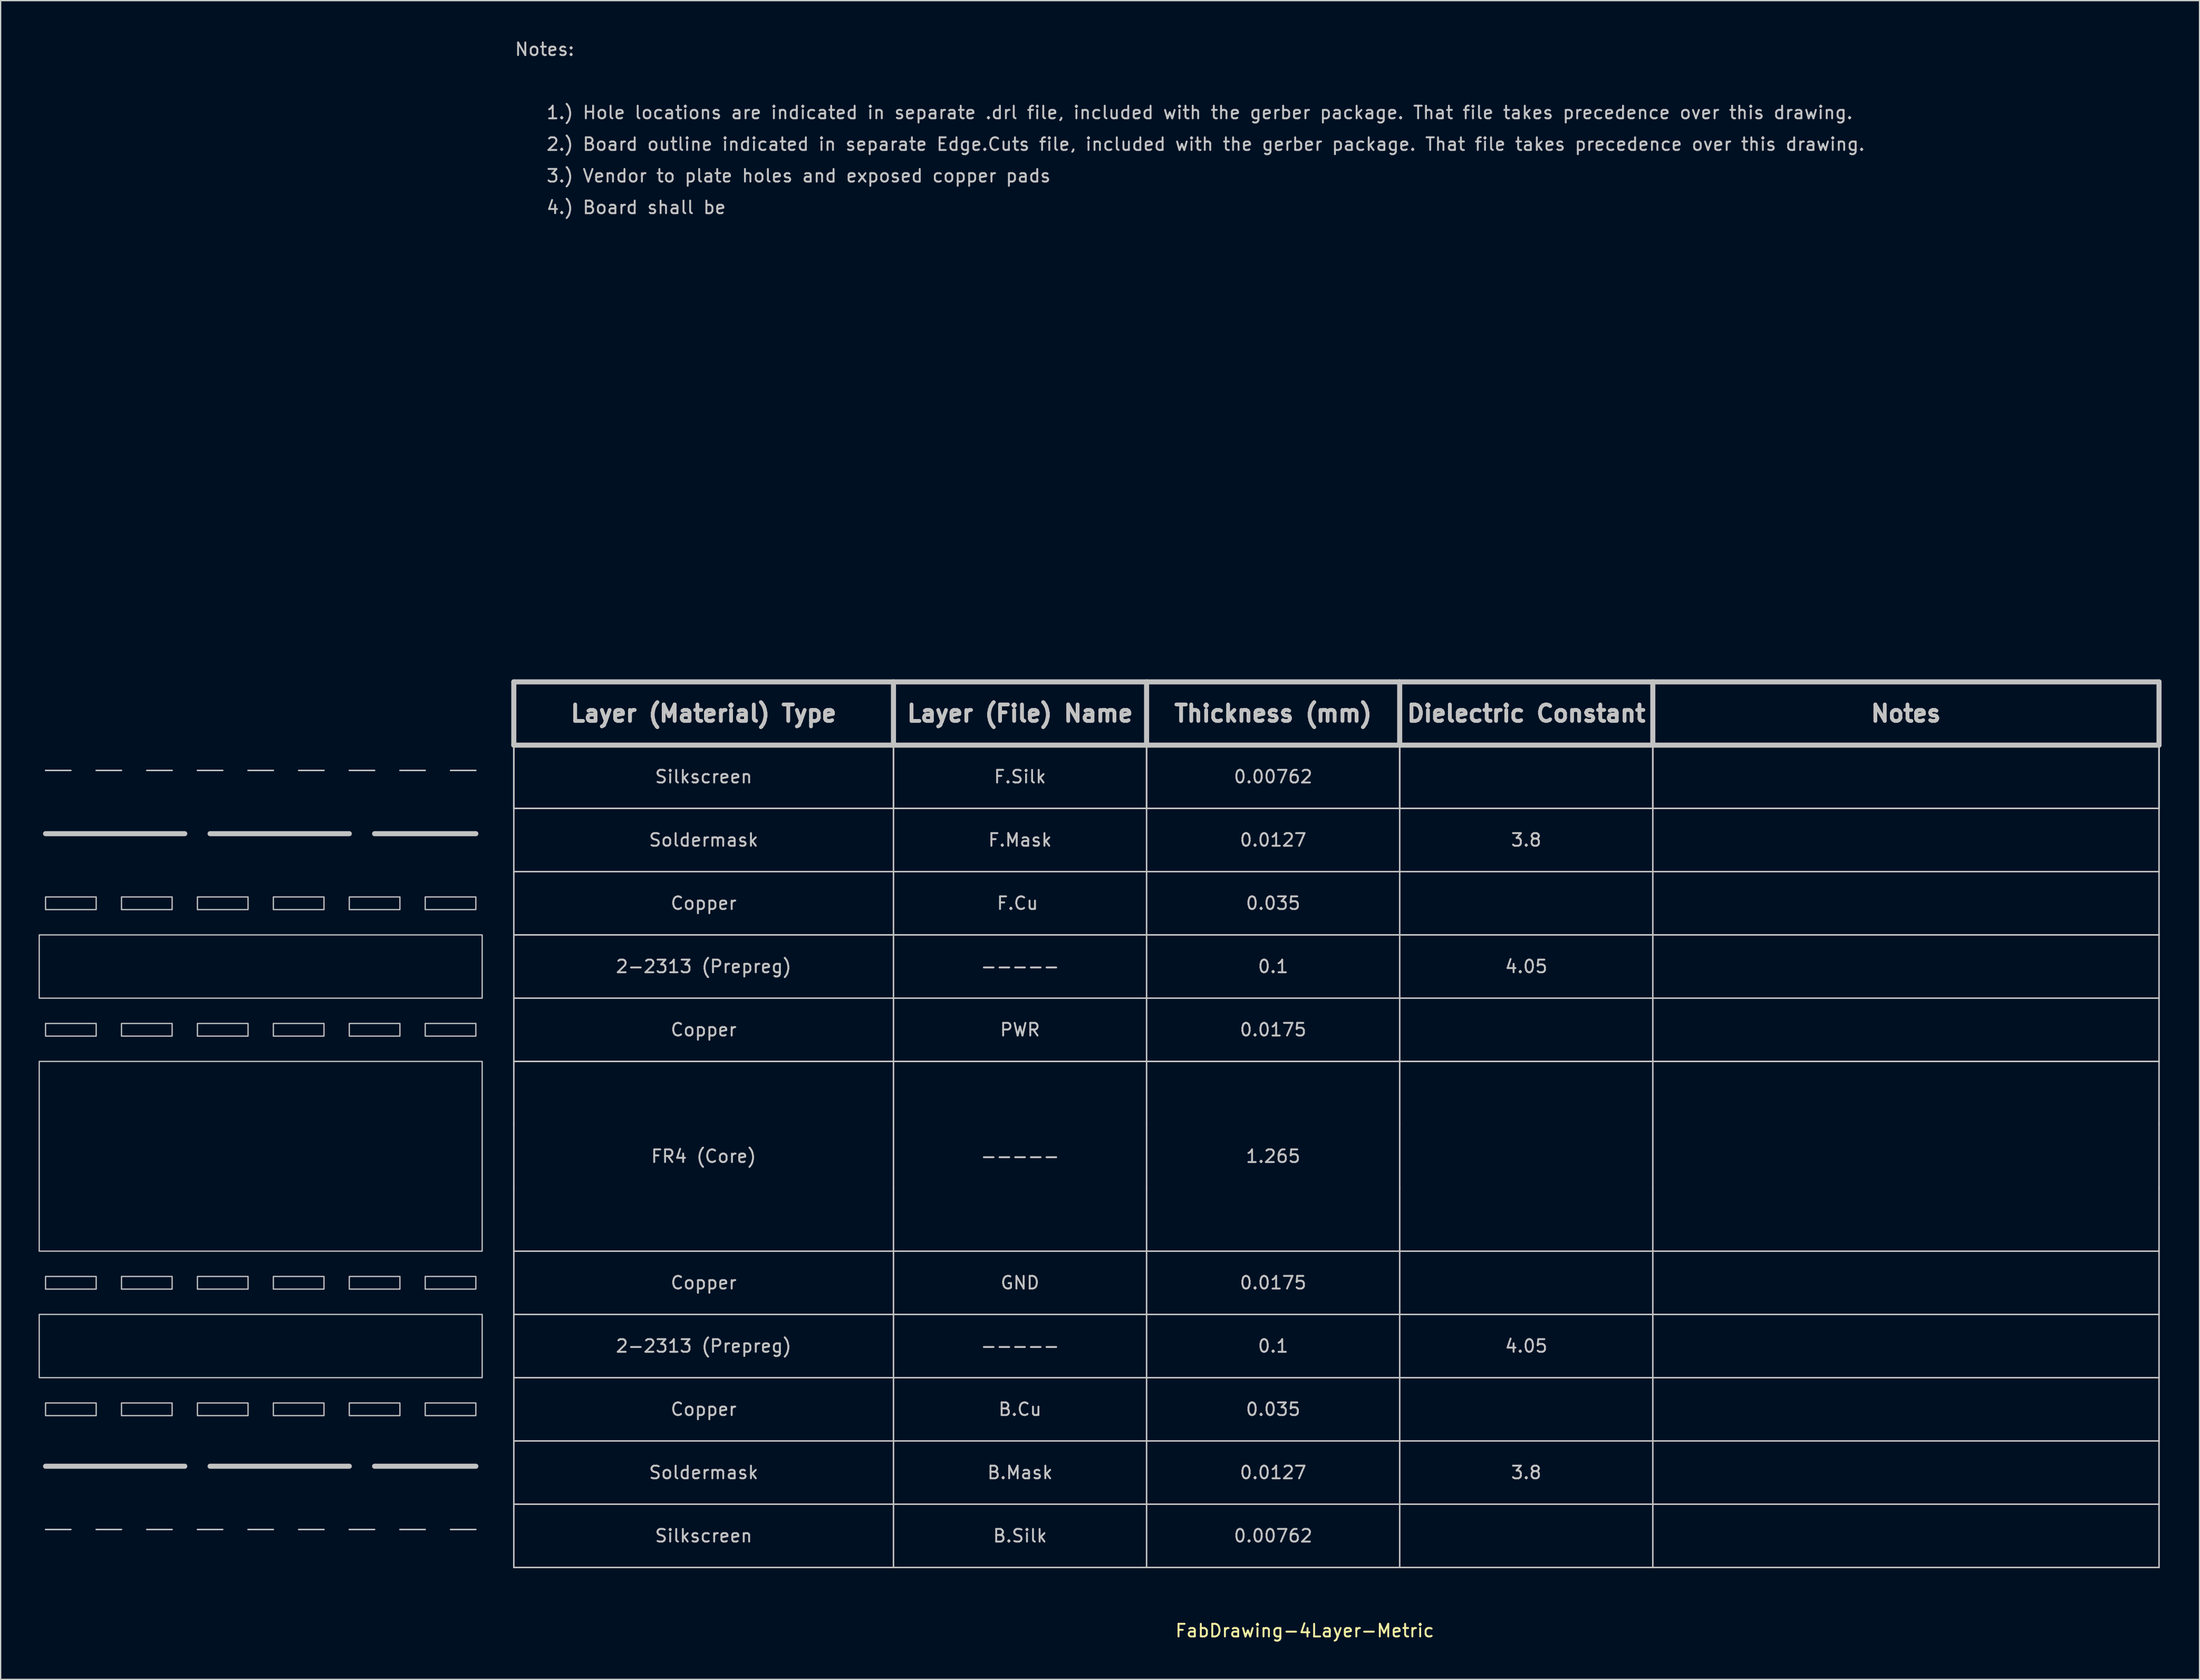
<source format=kicad_pcb>
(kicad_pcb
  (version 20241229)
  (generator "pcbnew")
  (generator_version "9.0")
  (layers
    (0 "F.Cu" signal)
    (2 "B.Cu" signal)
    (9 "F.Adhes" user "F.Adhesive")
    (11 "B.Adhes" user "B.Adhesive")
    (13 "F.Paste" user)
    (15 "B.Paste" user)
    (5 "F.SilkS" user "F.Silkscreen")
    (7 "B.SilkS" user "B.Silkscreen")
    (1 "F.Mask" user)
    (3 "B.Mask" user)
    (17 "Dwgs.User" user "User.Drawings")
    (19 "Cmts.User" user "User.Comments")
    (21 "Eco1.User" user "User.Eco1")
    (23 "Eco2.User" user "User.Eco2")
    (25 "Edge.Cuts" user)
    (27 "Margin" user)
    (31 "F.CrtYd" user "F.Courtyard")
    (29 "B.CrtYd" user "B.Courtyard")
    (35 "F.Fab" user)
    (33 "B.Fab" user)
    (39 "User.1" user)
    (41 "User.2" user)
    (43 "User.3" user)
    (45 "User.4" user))
  (footprint "FabDrawing-4Layer-Metric"
    (layer "F.Cu")
    (at 37.55 55.848)
    (property "Reference" "FabDrawing-4Layer-Metric" (at 62.5 70 0) (layer "F.SilkS") (effects (font (size 1 1) (thickness 0.15))))
    (attr through_hole)
    (fp_line (start -37 7) (end -26 7) (stroke (width 0.4) (type solid)) (layer "Dwgs.User"))
    (fp_line (start -37 57) (end -26 57) (stroke (width 0.4) (type solid)) (layer "Dwgs.User"))
    (fp_line (start -35 2) (end -37 2) (stroke (width 0.12) (type solid)) (layer "Dwgs.User"))
    (fp_line (start -35 62) (end -37 62) (stroke (width 0.12) (type solid)) (layer "Dwgs.User"))
    (fp_line (start -31 2) (end -33 2) (stroke (width 0.12) (type solid)) (layer "Dwgs.User"))
    (fp_line (start -31 62) (end -33 62) (stroke (width 0.12) (type solid)) (layer "Dwgs.User"))
    (fp_line (start -27 2) (end -29 2) (stroke (width 0.12) (type solid)) (layer "Dwgs.User"))
    (fp_line (start -27 62) (end -29 62) (stroke (width 0.12) (type solid)) (layer "Dwgs.User"))
    (fp_line (start -24 7) (end -13 7) (stroke (width 0.4) (type solid)) (layer "Dwgs.User"))
    (fp_line (start -24 57) (end -13 57) (stroke (width 0.4) (type solid)) (layer "Dwgs.User"))
    (fp_line (start -23 2) (end -25 2) (stroke (width 0.12) (type solid)) (layer "Dwgs.User"))
    (fp_line (start -23 62) (end -25 62) (stroke (width 0.12) (type solid)) (layer "Dwgs.User"))
    (fp_line (start -19 2) (end -21 2) (stroke (width 0.12) (type solid)) (layer "Dwgs.User"))
    (fp_line (start -19 62) (end -21 62) (stroke (width 0.12) (type solid)) (layer "Dwgs.User"))
    (fp_line (start -15 2) (end -17 2) (stroke (width 0.12) (type solid)) (layer "Dwgs.User"))
    (fp_line (start -15 62) (end -17 62) (stroke (width 0.12) (type solid)) (layer "Dwgs.User"))
    (fp_line (start -11 2) (end -13 2) (stroke (width 0.12) (type solid)) (layer "Dwgs.User"))
    (fp_line (start -11 7) (end -3 7) (stroke (width 0.4) (type solid)) (layer "Dwgs.User"))
    (fp_line (start -11 57) (end -3 57) (stroke (width 0.4) (type solid)) (layer "Dwgs.User"))
    (fp_line (start -11 62) (end -13 62) (stroke (width 0.12) (type solid)) (layer "Dwgs.User"))
    (fp_line (start -7 2) (end -9 2) (stroke (width 0.12) (type solid)) (layer "Dwgs.User"))
    (fp_line (start -7 62) (end -9 62) (stroke (width 0.12) (type solid)) (layer "Dwgs.User"))
    (fp_line (start -3 2) (end -5 2) (stroke (width 0.12) (type solid)) (layer "Dwgs.User"))
    (fp_line (start -3 62) (end -5 62) (stroke (width 0.12) (type solid)) (layer "Dwgs.User"))
    (fp_line (start 0 -5) (end 30 -5) (stroke (width 0.4) (type solid)) (layer "Dwgs.User"))
    (fp_line (start 0 0) (end 0 -5) (stroke (width 0.4) (type solid)) (layer "Dwgs.User"))
    (fp_line (start 0 0) (end 0 5) (stroke (width 0.12) (type solid)) (layer "Dwgs.User"))
    (fp_line (start 0 0) (end 0 5) (stroke (width 0.12) (type solid)) (layer "Dwgs.User"))
    (fp_line (start 0 0) (end 0 5) (stroke (width 0.12) (type solid)) (layer "Dwgs.User"))
    (fp_line (start 0 0) (end 30 0) (stroke (width 0.12) (type solid)) (layer "Dwgs.User"))
    (fp_line (start 0 0) (end 30 0) (stroke (width 0.12) (type solid)) (layer "Dwgs.User"))
    (fp_line (start 0 0) (end 30 0) (stroke (width 0.12) (type solid)) (layer "Dwgs.User"))
    (fp_line (start 0 5) (end 0 10) (stroke (width 0.12) (type solid)) (layer "Dwgs.User"))
    (fp_line (start 0 5) (end 30 5) (stroke (width 0.12) (type solid)) (layer "Dwgs.User"))
    (fp_line (start 0 5) (end 30 5) (stroke (width 0.12) (type solid)) (layer "Dwgs.User"))
    (fp_line (start 0 5) (end 30 5) (stroke (width 0.12) (type solid)) (layer "Dwgs.User"))
    (fp_line (start 0 10) (end 0 15) (stroke (width 0.12) (type solid)) (layer "Dwgs.User"))
    (fp_line (start 0 10) (end 30 10) (stroke (width 0.12) (type solid)) (layer "Dwgs.User"))
    (fp_line (start 0 15) (end 0 20) (stroke (width 0.12) (type solid)) (layer "Dwgs.User"))
    (fp_line (start 0 15) (end 30 15) (stroke (width 0.12) (type solid)) (layer "Dwgs.User"))
    (fp_line (start 0 15) (end 30 15) (stroke (width 0.12) (type solid)) (layer "Dwgs.User"))
    (fp_line (start 0 15) (end 30 15) (stroke (width 0.12) (type solid)) (layer "Dwgs.User"))
    (fp_line (start 0 20) (end 0 25) (stroke (width 0.12) (type solid)) (layer "Dwgs.User"))
    (fp_line (start 0 20) (end 30 20) (stroke (width 0.12) (type solid)) (layer "Dwgs.User"))
    (fp_line (start 0 25) (end 0 30) (stroke (width 0.12) (type solid)) (layer "Dwgs.User"))
    (fp_line (start 0 25) (end 30 25) (stroke (width 0.12) (type solid)) (layer "Dwgs.User"))
    (fp_line (start 0 25) (end 30 25) (stroke (width 0.12) (type solid)) (layer "Dwgs.User"))
    (fp_line (start 0 30) (end 0 35) (stroke (width 0.12) (type solid)) (layer "Dwgs.User"))
    (fp_line (start 0 35) (end 0 40) (stroke (width 0.12) (type solid)) (layer "Dwgs.User"))
    (fp_line (start 0 40) (end 0 45) (stroke (width 0.12) (type solid)) (layer "Dwgs.User"))
    (fp_line (start 0 40) (end 30 40) (stroke (width 0.12) (type solid)) (layer "Dwgs.User"))
    (fp_line (start 0 45) (end 0 50) (stroke (width 0.12) (type solid)) (layer "Dwgs.User"))
    (fp_line (start 0 45) (end 30 45) (stroke (width 0.12) (type solid)) (layer "Dwgs.User"))
    (fp_line (start 0 50) (end 0 55) (stroke (width 0.12) (type solid)) (layer "Dwgs.User"))
    (fp_line (start 0 50) (end 30 50) (stroke (width 0.12) (type solid)) (layer "Dwgs.User"))
    (fp_line (start 0 55) (end 0 60) (stroke (width 0.12) (type solid)) (layer "Dwgs.User"))
    (fp_line (start 0 55) (end 30 55) (stroke (width 0.12) (type solid)) (layer "Dwgs.User"))
    (fp_line (start 0 60) (end 0 65) (stroke (width 0.12) (type solid)) (layer "Dwgs.User"))
    (fp_line (start 0 60) (end 30 60) (stroke (width 0.12) (type solid)) (layer "Dwgs.User"))
    (fp_line (start 0 65) (end 30 65) (stroke (width 0.12) (type solid)) (layer "Dwgs.User"))
    (fp_line (start 30 -5) (end 30 0) (stroke (width 0.4) (type solid)) (layer "Dwgs.User"))
    (fp_line (start 30 0) (end 0 0) (stroke (width 0.4) (type solid)) (layer "Dwgs.User"))
    (fp_line (start 30 0) (end 30 5) (stroke (width 0.12) (type solid)) (layer "Dwgs.User"))
    (fp_line (start 30 0) (end 30 5) (stroke (width 0.12) (type solid)) (layer "Dwgs.User"))
    (fp_line (start 30 0) (end 30 5) (stroke (width 0.12) (type solid)) (layer "Dwgs.User"))
    (fp_line (start 30 0) (end 50 0) (stroke (width 0.12) (type solid)) (layer "Dwgs.User"))
    (fp_line (start 30 0) (end 50 0) (stroke (width 0.12) (type solid)) (layer "Dwgs.User"))
    (fp_line (start 30 0) (end 50 0) (stroke (width 0.12) (type solid)) (layer "Dwgs.User"))
    (fp_line (start 30 0) (end 50 0) (stroke (width 0.4) (type solid)) (layer "Dwgs.User"))
    (fp_line (start 30 5) (end 30 10) (stroke (width 0.12) (type solid)) (layer "Dwgs.User"))
    (fp_line (start 30 10) (end 30 15) (stroke (width 0.12) (type solid)) (layer "Dwgs.User"))
    (fp_line (start 30 10) (end 50 10) (stroke (width 0.12) (type solid)) (layer "Dwgs.User"))
    (fp_line (start 30 15) (end 30 20) (stroke (width 0.12) (type solid)) (layer "Dwgs.User"))
    (fp_line (start 30 20) (end 30 25) (stroke (width 0.12) (type solid)) (layer "Dwgs.User"))
    (fp_line (start 30 20) (end 50 20) (stroke (width 0.12) (type solid)) (layer "Dwgs.User"))
    (fp_line (start 30 25) (end 50 25) (stroke (width 0.12) (type solid)) (layer "Dwgs.User"))
    (fp_line (start 30 30) (end 30 25) (stroke (width 0.12) (type solid)) (layer "Dwgs.User"))
    (fp_line (start 30 35) (end 30 30) (stroke (width 0.12) (type solid)) (layer "Dwgs.User"))
    (fp_line (start 30 40) (end 30 35) (stroke (width 0.12) (type solid)) (layer "Dwgs.User"))
    (fp_line (start 30 40) (end 30 45) (stroke (width 0.12) (type solid)) (layer "Dwgs.User"))
    (fp_line (start 30 40) (end 50 40) (stroke (width 0.12) (type solid)) (layer "Dwgs.User"))
    (fp_line (start 30 45) (end 50 45) (stroke (width 0.12) (type solid)) (layer "Dwgs.User"))
    (fp_line (start 30 50) (end 30 45) (stroke (width 0.12) (type solid)) (layer "Dwgs.User"))
    (fp_line (start 30 50) (end 50 50) (stroke (width 0.12) (type solid)) (layer "Dwgs.User"))
    (fp_line (start 30 55) (end 30 50) (stroke (width 0.12) (type solid)) (layer "Dwgs.User"))
    (fp_line (start 30 60) (end 30 55) (stroke (width 0.12) (type solid)) (layer "Dwgs.User"))
    (fp_line (start 30 60) (end 50 60) (stroke (width 0.12) (type solid)) (layer "Dwgs.User"))
    (fp_line (start 30 65) (end 30 60) (stroke (width 0.12) (type solid)) (layer "Dwgs.User"))
    (fp_line (start 30 65) (end 50 65) (stroke (width 0.12) (type solid)) (layer "Dwgs.User"))
    (fp_line (start 50 -5) (end 30 -5) (stroke (width 0.4) (type solid)) (layer "Dwgs.User"))
    (fp_line (start 50 -5) (end 70 -5) (stroke (width 0.4) (type solid)) (layer "Dwgs.User"))
    (fp_line (start 50 0) (end 50 -5) (stroke (width 0.4) (type solid)) (layer "Dwgs.User"))
    (fp_line (start 50 0) (end 50 5) (stroke (width 0.12) (type solid)) (layer "Dwgs.User"))
    (fp_line (start 50 0) (end 50 5) (stroke (width 0.12) (type solid)) (layer "Dwgs.User"))
    (fp_line (start 50 0) (end 50 5) (stroke (width 0.12) (type solid)) (layer "Dwgs.User"))
    (fp_line (start 50 5) (end 30 5) (stroke (width 0.12) (type solid)) (layer "Dwgs.User"))
    (fp_line (start 50 5) (end 30 5) (stroke (width 0.12) (type solid)) (layer "Dwgs.User"))
    (fp_line (start 50 5) (end 30 5) (stroke (width 0.12) (type solid)) (layer "Dwgs.User"))
    (fp_line (start 50 5) (end 50 10) (stroke (width 0.12) (type solid)) (layer "Dwgs.User"))
    (fp_line (start 50 5) (end 70 5) (stroke (width 0.12) (type solid)) (layer "Dwgs.User"))
    (fp_line (start 50 5) (end 70 5) (stroke (width 0.12) (type solid)) (layer "Dwgs.User"))
    (fp_line (start 50 5) (end 70 5) (stroke (width 0.12) (type solid)) (layer "Dwgs.User"))
    (fp_line (start 50 10) (end 50 15) (stroke (width 0.12) (type solid)) (layer "Dwgs.User"))
    (fp_line (start 50 15) (end 30 15) (stroke (width 0.12) (type solid)) (layer "Dwgs.User"))
    (fp_line (start 50 15) (end 30 15) (stroke (width 0.12) (type solid)) (layer "Dwgs.User"))
    (fp_line (start 50 15) (end 30 15) (stroke (width 0.12) (type solid)) (layer "Dwgs.User"))
    (fp_line (start 50 15) (end 50 20) (stroke (width 0.12) (type solid)) (layer "Dwgs.User"))
    (fp_line (start 50 15) (end 70 15) (stroke (width 0.12) (type solid)) (layer "Dwgs.User"))
    (fp_line (start 50 15) (end 70 15) (stroke (width 0.12) (type solid)) (layer "Dwgs.User"))
    (fp_line (start 50 15) (end 70 15) (stroke (width 0.12) (type solid)) (layer "Dwgs.User"))
    (fp_line (start 50 20) (end 70 20) (stroke (width 0.12) (type solid)) (layer "Dwgs.User"))
    (fp_line (start 50 25) (end 30 25) (stroke (width 0.12) (type solid)) (layer "Dwgs.User"))
    (fp_line (start 50 25) (end 50 20) (stroke (width 0.12) (type solid)) (layer "Dwgs.User"))
    (fp_line (start 50 25) (end 70 25) (stroke (width 0.12) (type solid)) (layer "Dwgs.User"))
    (fp_line (start 50 25) (end 70 25) (stroke (width 0.12) (type solid)) (layer "Dwgs.User"))
    (fp_line (start 50 30) (end 50 25) (stroke (width 0.12) (type solid)) (layer "Dwgs.User"))
    (fp_line (start 50 35) (end 50 30) (stroke (width 0.12) (type solid)) (layer "Dwgs.User"))
    (fp_line (start 50 35) (end 50 40) (stroke (width 0.12) (type solid)) (layer "Dwgs.User"))
    (fp_line (start 50 40) (end 70 40) (stroke (width 0.12) (type solid)) (layer "Dwgs.User"))
    (fp_line (start 50 45) (end 50 40) (stroke (width 0.12) (type solid)) (layer "Dwgs.User"))
    (fp_line (start 50 45) (end 50 50) (stroke (width 0.12) (type solid)) (layer "Dwgs.User"))
    (fp_line (start 50 45) (end 70 45) (stroke (width 0.12) (type solid)) (layer "Dwgs.User"))
    (fp_line (start 50 50) (end 50 55) (stroke (width 0.12) (type solid)) (layer "Dwgs.User"))
    (fp_line (start 50 50) (end 70 50) (stroke (width 0.12) (type solid)) (layer "Dwgs.User"))
    (fp_line (start 50 55) (end 30 55) (stroke (width 0.12) (type solid)) (layer "Dwgs.User"))
    (fp_line (start 50 60) (end 50 55) (stroke (width 0.12) (type solid)) (layer "Dwgs.User"))
    (fp_line (start 50 60) (end 70 60) (stroke (width 0.12) (type solid)) (layer "Dwgs.User"))
    (fp_line (start 50 65) (end 50 60) (stroke (width 0.12) (type solid)) (layer "Dwgs.User"))
    (fp_line (start 50 65) (end 70 65) (stroke (width 0.12) (type solid)) (layer "Dwgs.User"))
    (fp_line (start 70 -5) (end 70 0) (stroke (width 0.4) (type solid)) (layer "Dwgs.User"))
    (fp_line (start 70 0) (end 50 0) (stroke (width 0.12) (type solid)) (layer "Dwgs.User"))
    (fp_line (start 70 0) (end 50 0) (stroke (width 0.12) (type solid)) (layer "Dwgs.User"))
    (fp_line (start 70 0) (end 50 0) (stroke (width 0.12) (type solid)) (layer "Dwgs.User"))
    (fp_line (start 70 0) (end 50 0) (stroke (width 0.4) (type solid)) (layer "Dwgs.User"))
    (fp_line (start 70 0) (end 70 5) (stroke (width 0.12) (type solid)) (layer "Dwgs.User"))
    (fp_line (start 70 0) (end 70 5) (stroke (width 0.12) (type solid)) (layer "Dwgs.User"))
    (fp_line (start 70 0) (end 70 5) (stroke (width 0.12) (type solid)) (layer "Dwgs.User"))
    (fp_line (start 70 0) (end 90 0) (stroke (width 0.12) (type solid)) (layer "Dwgs.User"))
    (fp_line (start 70 0) (end 90 0) (stroke (width 0.12) (type solid)) (layer "Dwgs.User"))
    (fp_line (start 70 0) (end 90 0) (stroke (width 0.12) (type solid)) (layer "Dwgs.User"))
    (fp_line (start 70 0) (end 90 0) (stroke (width 0.4) (type solid)) (layer "Dwgs.User"))
    (fp_line (start 70 5) (end 70 10) (stroke (width 0.12) (type solid)) (layer "Dwgs.User"))
    (fp_line (start 70 5) (end 90 5) (stroke (width 0.12) (type solid)) (layer "Dwgs.User"))
    (fp_line (start 70 5) (end 90 5) (stroke (width 0.12) (type solid)) (layer "Dwgs.User"))
    (fp_line (start 70 5) (end 90 5) (stroke (width 0.12) (type solid)) (layer "Dwgs.User"))
    (fp_line (start 70 10) (end 50 10) (stroke (width 0.12) (type solid)) (layer "Dwgs.User"))
    (fp_line (start 70 10) (end 70 15) (stroke (width 0.12) (type solid)) (layer "Dwgs.User"))
    (fp_line (start 70 10) (end 90 10) (stroke (width 0.12) (type solid)) (layer "Dwgs.User"))
    (fp_line (start 70 15) (end 70 20) (stroke (width 0.12) (type solid)) (layer "Dwgs.User"))
    (fp_line (start 70 15) (end 90 15) (stroke (width 0.12) (type solid)) (layer "Dwgs.User"))
    (fp_line (start 70 15) (end 90 15) (stroke (width 0.12) (type solid)) (layer "Dwgs.User"))
    (fp_line (start 70 15) (end 90 15) (stroke (width 0.12) (type solid)) (layer "Dwgs.User"))
    (fp_line (start 70 20) (end 90 20) (stroke (width 0.12) (type solid)) (layer "Dwgs.User"))
    (fp_line (start 70 25) (end 70 20) (stroke (width 0.12) (type solid)) (layer "Dwgs.User"))
    (fp_line (start 70 25) (end 90 25) (stroke (width 0.12) (type solid)) (layer "Dwgs.User"))
    (fp_line (start 70 25) (end 90 25) (stroke (width 0.12) (type solid)) (layer "Dwgs.User"))
    (fp_line (start 70 30) (end 70 25) (stroke (width 0.12) (type solid)) (layer "Dwgs.User"))
    (fp_line (start 70 35) (end 70 30) (stroke (width 0.12) (type solid)) (layer "Dwgs.User"))
    (fp_line (start 70 40) (end 70 35) (stroke (width 0.12) (type solid)) (layer "Dwgs.User"))
    (fp_line (start 70 40) (end 90 40) (stroke (width 0.12) (type solid)) (layer "Dwgs.User"))
    (fp_line (start 70 45) (end 70 40) (stroke (width 0.12) (type solid)) (layer "Dwgs.User"))
    (fp_line (start 70 45) (end 90 45) (stroke (width 0.12) (type solid)) (layer "Dwgs.User"))
    (fp_line (start 70 50) (end 70 45) (stroke (width 0.12) (type solid)) (layer "Dwgs.User"))
    (fp_line (start 70 50) (end 70 55) (stroke (width 0.12) (type solid)) (layer "Dwgs.User"))
    (fp_line (start 70 50) (end 90 50) (stroke (width 0.12) (type solid)) (layer "Dwgs.User"))
    (fp_line (start 70 55) (end 50 55) (stroke (width 0.12) (type solid)) (layer "Dwgs.User"))
    (fp_line (start 70 60) (end 70 55) (stroke (width 0.12) (type solid)) (layer "Dwgs.User"))
    (fp_line (start 70 60) (end 90 60) (stroke (width 0.12) (type solid)) (layer "Dwgs.User"))
    (fp_line (start 70 65) (end 70 60) (stroke (width 0.12) (type solid)) (layer "Dwgs.User"))
    (fp_line (start 70 65) (end 90 65) (stroke (width 0.12) (type solid)) (layer "Dwgs.User"))
    (fp_line (start 90 -5) (end 70 -5) (stroke (width 0.4) (type solid)) (layer "Dwgs.User"))
    (fp_line (start 90 0) (end 90 -5) (stroke (width 0.4) (type solid)) (layer "Dwgs.User"))
    (fp_line (start 90 0) (end 90 5) (stroke (width 0.12) (type solid)) (layer "Dwgs.User"))
    (fp_line (start 90 0) (end 90 5) (stroke (width 0.12) (type solid)) (layer "Dwgs.User"))
    (fp_line (start 90 0) (end 90 5) (stroke (width 0.12) (type solid)) (layer "Dwgs.User"))
    (fp_line (start 90 0) (end 130 0) (stroke (width 0.12) (type solid)) (layer "Dwgs.User"))
    (fp_line (start 90 0) (end 130 0) (stroke (width 0.12) (type solid)) (layer "Dwgs.User"))
    (fp_line (start 90 0) (end 130 0) (stroke (width 0.12) (type solid)) (layer "Dwgs.User"))
    (fp_line (start 90 0) (end 130 0) (stroke (width 0.4) (type solid)) (layer "Dwgs.User"))
    (fp_line (start 90 5) (end 90 10) (stroke (width 0.12) (type solid)) (layer "Dwgs.User"))
    (fp_line (start 90 5) (end 130 5) (stroke (width 0.12) (type solid)) (layer "Dwgs.User"))
    (fp_line (start 90 5) (end 130 5) (stroke (width 0.12) (type solid)) (layer "Dwgs.User"))
    (fp_line (start 90 5) (end 130 5) (stroke (width 0.12) (type solid)) (layer "Dwgs.User"))
    (fp_line (start 90 10) (end 90 15) (stroke (width 0.12) (type solid)) (layer "Dwgs.User"))
    (fp_line (start 90 10) (end 130 10) (stroke (width 0.12) (type solid)) (layer "Dwgs.User"))
    (fp_line (start 90 15) (end 90 20) (stroke (width 0.12) (type solid)) (layer "Dwgs.User"))
    (fp_line (start 90 15) (end 130 15) (stroke (width 0.12) (type solid)) (layer "Dwgs.User"))
    (fp_line (start 90 15) (end 130 15) (stroke (width 0.12) (type solid)) (layer "Dwgs.User"))
    (fp_line (start 90 15) (end 130 15) (stroke (width 0.12) (type solid)) (layer "Dwgs.User"))
    (fp_line (start 90 20) (end 130 20) (stroke (width 0.12) (type solid)) (layer "Dwgs.User"))
    (fp_line (start 90 25) (end 90 20) (stroke (width 0.12) (type solid)) (layer "Dwgs.User"))
    (fp_line (start 90 25) (end 130 25) (stroke (width 0.12) (type solid)) (layer "Dwgs.User"))
    (fp_line (start 90 25) (end 130 25) (stroke (width 0.12) (type solid)) (layer "Dwgs.User"))
    (fp_line (start 90 30) (end 90 25) (stroke (width 0.12) (type solid)) (layer "Dwgs.User"))
    (fp_line (start 90 35) (end 90 30) (stroke (width 0.12) (type solid)) (layer "Dwgs.User"))
    (fp_line (start 90 40) (end 90 35) (stroke (width 0.12) (type solid)) (layer "Dwgs.User"))
    (fp_line (start 90 40) (end 90 45) (stroke (width 0.12) (type solid)) (layer "Dwgs.User"))
    (fp_line (start 90 40) (end 130 40) (stroke (width 0.12) (type solid)) (layer "Dwgs.User"))
    (fp_line (start 90 45) (end 130 45) (stroke (width 0.12) (type solid)) (layer "Dwgs.User"))
    (fp_line (start 90 50) (end 90 45) (stroke (width 0.12) (type solid)) (layer "Dwgs.User"))
    (fp_line (start 90 50) (end 90 55) (stroke (width 0.12) (type solid)) (layer "Dwgs.User"))
    (fp_line (start 90 50) (end 130 50) (stroke (width 0.12) (type solid)) (layer "Dwgs.User"))
    (fp_line (start 90 55) (end 70 55) (stroke (width 0.12) (type solid)) (layer "Dwgs.User"))
    (fp_line (start 90 55) (end 130 55) (stroke (width 0.12) (type solid)) (layer "Dwgs.User"))
    (fp_line (start 90 60) (end 90 55) (stroke (width 0.12) (type solid)) (layer "Dwgs.User"))
    (fp_line (start 90 60) (end 130 60) (stroke (width 0.12) (type solid)) (layer "Dwgs.User"))
    (fp_line (start 90 65) (end 90 60) (stroke (width 0.12) (type solid)) (layer "Dwgs.User"))
    (fp_line (start 90 65) (end 130 65) (stroke (width 0.12) (type solid)) (layer "Dwgs.User"))
    (fp_line (start 130 -5) (end 90 -5) (stroke (width 0.4) (type solid)) (layer "Dwgs.User"))
    (fp_line (start 130 0) (end 130 -5) (stroke (width 0.4) (type solid)) (layer "Dwgs.User"))
    (fp_line (start 130 0) (end 130 5) (stroke (width 0.12) (type solid)) (layer "Dwgs.User"))
    (fp_line (start 130 0) (end 130 5) (stroke (width 0.12) (type solid)) (layer "Dwgs.User"))
    (fp_line (start 130 0) (end 130 5) (stroke (width 0.12) (type solid)) (layer "Dwgs.User"))
    (fp_line (start 130 5) (end 130 10) (stroke (width 0.12) (type solid)) (layer "Dwgs.User"))
    (fp_line (start 130 10) (end 130 15) (stroke (width 0.12) (type solid)) (layer "Dwgs.User"))
    (fp_line (start 130 15) (end 130 20) (stroke (width 0.12) (type solid)) (layer "Dwgs.User"))
    (fp_line (start 130 25) (end 130 20) (stroke (width 0.12) (type solid)) (layer "Dwgs.User"))
    (fp_line (start 130 25) (end 130 30) (stroke (width 0.12) (type solid)) (layer "Dwgs.User"))
    (fp_line (start 130 30) (end 130 35) (stroke (width 0.12) (type solid)) (layer "Dwgs.User"))
    (fp_line (start 130 40) (end 130 35) (stroke (width 0.12) (type solid)) (layer "Dwgs.User"))
    (fp_line (start 130 45) (end 130 40) (stroke (width 0.12) (type solid)) (layer "Dwgs.User"))
    (fp_line (start 130 50) (end 130 45) (stroke (width 0.12) (type solid)) (layer "Dwgs.User"))
    (fp_line (start 130 50) (end 130 55) (stroke (width 0.12) (type solid)) (layer "Dwgs.User"))
    (fp_line (start 130 60) (end 130 55) (stroke (width 0.12) (type solid)) (layer "Dwgs.User"))
    (fp_line (start 130 65) (end 130 60) (stroke (width 0.12) (type solid)) (layer "Dwgs.User"))
    (fp_poly (pts (xy -33 13) (xy -37 13) (xy -37 12) (xy -33 12)) (stroke (width 0.1) (type solid)) (fill no) (layer "Dwgs.User"))
    (fp_poly (pts (xy -33 23) (xy -37 23) (xy -37 22) (xy -33 22)) (stroke (width 0.1) (type solid)) (fill no) (layer "Dwgs.User"))
    (fp_poly (pts (xy -33 43) (xy -37 43) (xy -37 42) (xy -33 42)) (stroke (width 0.1) (type solid)) (fill no) (layer "Dwgs.User"))
    (fp_poly (pts (xy -33 53) (xy -37 53) (xy -37 52) (xy -33 52)) (stroke (width 0.1) (type solid)) (fill no) (layer "Dwgs.User"))
    (fp_poly (pts (xy -27 13) (xy -31 13) (xy -31 12) (xy -27 12)) (stroke (width 0.1) (type solid)) (fill no) (layer "Dwgs.User"))
    (fp_poly (pts (xy -27 23) (xy -31 23) (xy -31 22) (xy -27 22)) (stroke (width 0.1) (type solid)) (fill no) (layer "Dwgs.User"))
    (fp_poly (pts (xy -27 43) (xy -31 43) (xy -31 42) (xy -27 42)) (stroke (width 0.1) (type solid)) (fill no) (layer "Dwgs.User"))
    (fp_poly (pts (xy -27 53) (xy -31 53) (xy -31 52) (xy -27 52)) (stroke (width 0.1) (type solid)) (fill no) (layer "Dwgs.User"))
    (fp_poly (pts (xy -21 13) (xy -25 13) (xy -25 12) (xy -21 12)) (stroke (width 0.1) (type solid)) (fill no) (layer "Dwgs.User"))
    (fp_poly (pts (xy -21 23) (xy -25 23) (xy -25 22) (xy -21 22)) (stroke (width 0.1) (type solid)) (fill no) (layer "Dwgs.User"))
    (fp_poly (pts (xy -21 43) (xy -25 43) (xy -25 42) (xy -21 42)) (stroke (width 0.1) (type solid)) (fill no) (layer "Dwgs.User"))
    (fp_poly (pts (xy -21 53) (xy -25 53) (xy -25 52) (xy -21 52)) (stroke (width 0.1) (type solid)) (fill no) (layer "Dwgs.User"))
    (fp_poly (pts (xy -15 13) (xy -19 13) (xy -19 12) (xy -15 12)) (stroke (width 0.1) (type solid)) (fill no) (layer "Dwgs.User"))
    (fp_poly (pts (xy -15 23) (xy -19 23) (xy -19 22) (xy -15 22)) (stroke (width 0.1) (type solid)) (fill no) (layer "Dwgs.User"))
    (fp_poly (pts (xy -15 43) (xy -19 43) (xy -19 42) (xy -15 42)) (stroke (width 0.1) (type solid)) (fill no) (layer "Dwgs.User"))
    (fp_poly (pts (xy -15 53) (xy -19 53) (xy -19 52) (xy -15 52)) (stroke (width 0.1) (type solid)) (fill no) (layer "Dwgs.User"))
    (fp_poly (pts (xy -9 13) (xy -13 13) (xy -13 12) (xy -9 12)) (stroke (width 0.1) (type solid)) (fill no) (layer "Dwgs.User"))
    (fp_poly (pts (xy -9 23) (xy -13 23) (xy -13 22) (xy -9 22)) (stroke (width 0.1) (type solid)) (fill no) (layer "Dwgs.User"))
    (fp_poly (pts (xy -9 43) (xy -13 43) (xy -13 42) (xy -9 42)) (stroke (width 0.1) (type solid)) (fill no) (layer "Dwgs.User"))
    (fp_poly (pts (xy -9 53) (xy -13 53) (xy -13 52) (xy -9 52)) (stroke (width 0.1) (type solid)) (fill no) (layer "Dwgs.User"))
    (fp_poly (pts (xy -3 13) (xy -7 13) (xy -7 12) (xy -3 12)) (stroke (width 0.1) (type solid)) (fill no) (layer "Dwgs.User"))
    (fp_poly (pts (xy -3 23) (xy -7 23) (xy -7 22) (xy -3 22)) (stroke (width 0.1) (type solid)) (fill no) (layer "Dwgs.User"))
    (fp_poly (pts (xy -3 43) (xy -7 43) (xy -7 42) (xy -3 42)) (stroke (width 0.1) (type solid)) (fill no) (layer "Dwgs.User"))
    (fp_poly (pts (xy -3 53) (xy -7 53) (xy -7 52) (xy -3 52)) (stroke (width 0.1) (type solid)) (fill no) (layer "Dwgs.User"))
    (fp_poly (pts (xy -2.5 20) (xy -37.5 20) (xy -37.5 15) (xy -2.5 15)) (stroke (width 0.1) (type solid)) (fill no) (layer "Dwgs.User"))
    (fp_poly (pts (xy -2.5 40) (xy -37.5 40) (xy -37.5 25) (xy -2.5 25)) (stroke (width 0.1) (type solid)) (fill no) (layer "Dwgs.User"))
    (fp_poly (pts (xy -2.5 50) (xy -37.5 50) (xy -37.5 45) (xy -2.5 45)) (stroke (width 0.1) (type solid)) (fill no) (layer "Dwgs.User"))
    (fp_text user "2-2313 (Prepreg)" (at 15 47.5 0) (layer "Dwgs.User") (effects (font (size 1 1) (thickness 0.15))))
    (fp_text user "Copper" (at 15 12.5 0) (layer "Dwgs.User") (effects (font (size 1 1) (thickness 0.15))))
    (fp_text user "Notes:" (at 0 -55 0) (layer "Dwgs.User") (effects (font (size 1 1) (thickness 0.15)) (justify left)))
    (fp_text user "PWR" (at 40 22.5 0) (layer "Dwgs.User") (effects (font (size 1 1) (thickness 0.15))))
    (fp_text user "Soldermask" (at 15 57.5 0) (layer "Dwgs.User") (effects (font (size 1 1) (thickness 0.15))))
    (fp_text user "2.) Board outline indicated in separate Edge.Cuts file, included with the gerber package. That file takes precedence over this drawing." (at 2.5 -47.5 0) (layer "Dwgs.User") (effects (font (size 1 1) (thickness 0.15)) (justify left)))
    (fp_text user "B.Silk" (at 40 62.5 0) (layer "Dwgs.User") (effects (font (size 1 1) (thickness 0.15))))
    (fp_text user "Silkscreen" (at 15 62.5 0) (layer "Dwgs.User") (effects (font (size 1 1) (thickness 0.15))))
    (fp_text user "2-2313 (Prepreg)" (at 15 17.5 0) (layer "Dwgs.User") (effects (font (size 1 1) (thickness 0.15))))
    (fp_text user "0.0175" (at 60 42.5 0) (layer "Dwgs.User") (effects (font (size 1 1) (thickness 0.15))))
    (fp_text user "4.05" (at 80 47.5 0) (layer "Dwgs.User") (effects (font (size 1 1) (thickness 0.15))))
    (fp_text user "Copper" (at 15 52.5 0) (layer "Dwgs.User") (effects (font (size 1 1) (thickness 0.15))))
    (fp_text user "4.05" (at 80 17.5 0) (layer "Dwgs.User") (effects (font (size 1 1) (thickness 0.15))))
    (fp_text user "-----" (at 40 32.5 0) (layer "Dwgs.User") (effects (font (size 1 1) (thickness 0.15))))
    (fp_text user "FR4 (Core)" (at 15 32.5 0) (layer "Dwgs.User") (effects (font (size 1 1) (thickness 0.15))))
    (fp_text user "F.Cu" (at 39.8 12.5 0) (layer "Dwgs.User") (effects (font (size 1 1) (thickness 0.15))))
    (fp_text user "3.) Vendor to plate holes and exposed copper pads" (at 2.5 -45 0) (layer "Dwgs.User") (effects (font (size 1 1) (thickness 0.15)) (justify left)))
    (fp_text user "0.0175" (at 60 22.5 0) (layer "Dwgs.User") (effects (font (size 1 1) (thickness 0.15))))
    (fp_text user "4.) Board shall be " (at 2.5 -42.5 0) (layer "Dwgs.User") (effects (font (size 1 1) (thickness 0.15)) (justify left)))
    (fp_text user "Copper" (at 15 22.5 0) (layer "Dwgs.User") (effects (font (size 1 1) (thickness 0.15))))
    (fp_text user "0.00762" (at 60 62.5 0) (layer "Dwgs.User") (effects (font (size 1 1) (thickness 0.15))))
    (fp_text user "Layer (File) Name" (at 40 -2.5 0) (layer "Dwgs.User") (effects (font (size 1.3 1.3) (thickness 0.3))))
    (fp_text user "F.Silk" (at 40 2.5 0) (layer "Dwgs.User") (effects (font (size 1 1) (thickness 0.15))))
    (fp_text user "1.265" (at 60 32.5 0) (layer "Dwgs.User") (effects (font (size 1 1) (thickness 0.15))))
    (fp_text user "Dielectric Constant" (at 80 -2.5 0) (layer "Dwgs.User") (effects (font (size 1.3 1.3) (thickness 0.3))))
    (fp_text user "Notes" (at 110 -2.5 0) (layer "Dwgs.User") (effects (font (size 1.3 1.3) (thickness 0.3))))
    (fp_text user "-----" (at 40 47.5 0) (layer "Dwgs.User") (effects (font (size 1 1) (thickness 0.15))))
    (fp_text user "1.) Hole locations are indicated in separate .drl file, included with the gerber package. That file takes precedence over this drawing." (at 2.5 -50 0) (layer "Dwgs.User") (effects (font (size 1 1) (thickness 0.15)) (justify left)))
    (fp_text user "B.Mask" (at 40 57.5 0) (layer "Dwgs.User") (effects (font (size 1 1) (thickness 0.15))))
    (fp_text user "0.1" (at 60 17.5 0) (layer "Dwgs.User") (effects (font (size 1 1) (thickness 0.15))))
    (fp_text user "Thickness (mm)" (at 60 -2.5 0) (layer "Dwgs.User") (effects (font (size 1.3 1.3) (thickness 0.3))))
    (fp_text user "-----" (at 40 17.5 0) (layer "Dwgs.User") (effects (font (size 1 1) (thickness 0.15))))
    (fp_text user "0.0127" (at 60 57.5 0) (layer "Dwgs.User") (effects (font (size 1 1) (thickness 0.15))))
    (fp_text user "Copper" (at 15 42.5 0) (layer "Dwgs.User") (effects (font (size 1 1) (thickness 0.15))))
    (fp_text user "0.035" (at 60 12.5 0) (layer "Dwgs.User") (effects (font (size 1 1) (thickness 0.15))))
    (fp_text user "3.8" (at 80 7.5 0) (layer "Dwgs.User") (effects (font (size 1 1) (thickness 0.15))))
    (fp_text user "Layer (Material) Type" (at 15 -2.5 0) (layer "Dwgs.User") (effects (font (size 1.3 1.3) (thickness 0.3))))
    (fp_text user "Silkscreen" (at 15 2.5 0) (layer "Dwgs.User") (effects (font (size 1 1) (thickness 0.15))))
    (fp_text user "0.035" (at 60 52.5 0) (layer "Dwgs.User") (effects (font (size 1 1) (thickness 0.15))))
    (fp_text user "F.Mask" (at 40 7.5 0) (layer "Dwgs.User") (effects (font (size 1 1) (thickness 0.15))))
    (fp_text user "0.1" (at 60 47.5 0) (layer "Dwgs.User") (effects (font (size 1 1) (thickness 0.15))))
    (fp_text user "3.8" (at 80 57.5 0) (layer "Dwgs.User") (effects (font (size 1 1) (thickness 0.15))))
    (fp_text user "Soldermask" (at 15 7.5 0) (layer "Dwgs.User") (effects (font (size 1 1) (thickness 0.15))))
    (fp_text user "0.00762" (at 60 2.5 0) (layer "Dwgs.User") (effects (font (size 1 1) (thickness 0.15))))
    (fp_text user "GND" (at 40 42.5 0) (layer "Dwgs.User") (effects (font (size 1 1) (thickness 0.15))))
    (fp_text user "0.0127" (at 60 7.5 0) (layer "Dwgs.User") (effects (font (size 1 1) (thickness 0.15))))
    (fp_text user "B.Cu" (at 40 52.5 0) (layer "Dwgs.User") (effects (font (size 1 1) (thickness 0.15)))))
  (gr_rect
    (start -3 -3)
    (end 170.75 129.696)
    (stroke (width 0.1) (type default))
    (fill no)
    (layer "Edge.Cuts")))
</source>
